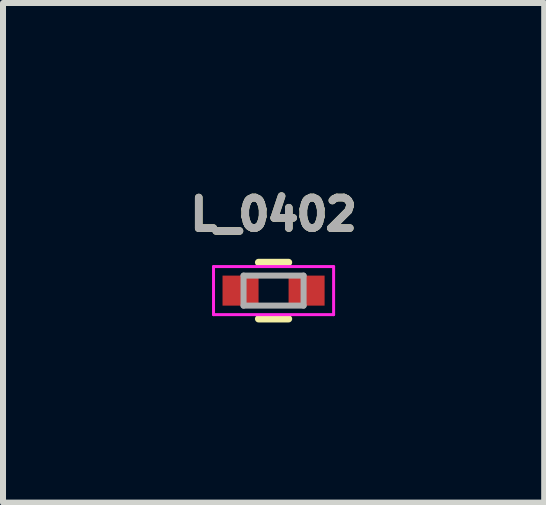
<source format=kicad_pcb>
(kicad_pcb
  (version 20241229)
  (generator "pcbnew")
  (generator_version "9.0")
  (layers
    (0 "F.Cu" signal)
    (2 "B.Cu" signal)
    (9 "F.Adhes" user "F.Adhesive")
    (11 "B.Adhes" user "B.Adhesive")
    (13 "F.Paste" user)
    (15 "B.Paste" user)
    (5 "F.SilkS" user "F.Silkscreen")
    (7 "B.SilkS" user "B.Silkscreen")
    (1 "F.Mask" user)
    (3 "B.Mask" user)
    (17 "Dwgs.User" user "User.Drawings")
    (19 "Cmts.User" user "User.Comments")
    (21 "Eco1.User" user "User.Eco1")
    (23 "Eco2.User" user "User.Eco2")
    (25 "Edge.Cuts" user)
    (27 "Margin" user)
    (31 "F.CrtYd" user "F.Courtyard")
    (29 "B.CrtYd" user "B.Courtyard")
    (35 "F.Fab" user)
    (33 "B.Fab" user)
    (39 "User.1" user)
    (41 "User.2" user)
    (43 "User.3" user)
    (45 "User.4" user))
  (footprint "L_0402"
    (layer "F.Cu")
    (at 1.506 1.79)
    (property "Reference" "L_0402" (at 0 -1.27 0) (layer "F.SilkS") (effects (font (size 0.508 0.508) (thickness 0.127))))
    (attr smd)
    (fp_line (start -0.25 0.47) (end 0.25 0.47) (stroke (width 0.12) (type solid)) (layer "F.SilkS"))
    (fp_line (start 0.25 -0.47) (end -0.25 -0.47) (stroke (width 0.12) (type solid)) (layer "F.SilkS"))
    (fp_line (start -1 -0.4) (end -1 0.4) (stroke (width 0.05) (type solid)) (layer "F.CrtYd"))
    (fp_line (start -1 -0.4) (end 1 -0.4) (stroke (width 0.05) (type solid)) (layer "F.CrtYd"))
    (fp_line (start 1 0.4) (end -1 0.4) (stroke (width 0.05) (type solid)) (layer "F.CrtYd"))
    (fp_line (start 1 0.4) (end 1 -0.4) (stroke (width 0.05) (type solid)) (layer "F.CrtYd"))
    (fp_line (start -0.5 -0.25) (end 0.5 -0.25) (stroke (width 0.1) (type solid)) (layer "F.Fab"))
    (fp_line (start -0.5 0.25) (end -0.5 -0.25) (stroke (width 0.1) (type solid)) (layer "F.Fab"))
    (fp_line (start 0.5 -0.25) (end 0.5 0.25) (stroke (width 0.1) (type solid)) (layer "F.Fab"))
    (fp_line (start 0.5 0.25) (end -0.5 0.25) (stroke (width 0.1) (type solid)) (layer "F.Fab"))
    (fp_text user "${REFERENCE}" (at 0 -1.27 0) (layer "F.Fab") (effects (font (size 0.508 0.508) (thickness 0.127))))
    (pad "1" smd rect (at -0.55 0) (size 0.6 0.5) (layers "F.Cu" "F.Mask" "F.Paste"))
    (pad "2" smd rect (at 0.55 0) (size 0.6 0.5) (layers "F.Cu" "F.Mask" "F.Paste")))
  (gr_rect
    (start -3 -3)
    (end 6.013 5.32)
    (stroke (width 0.1) (type default))
    (fill no)
    (layer "Edge.Cuts")))
</source>
